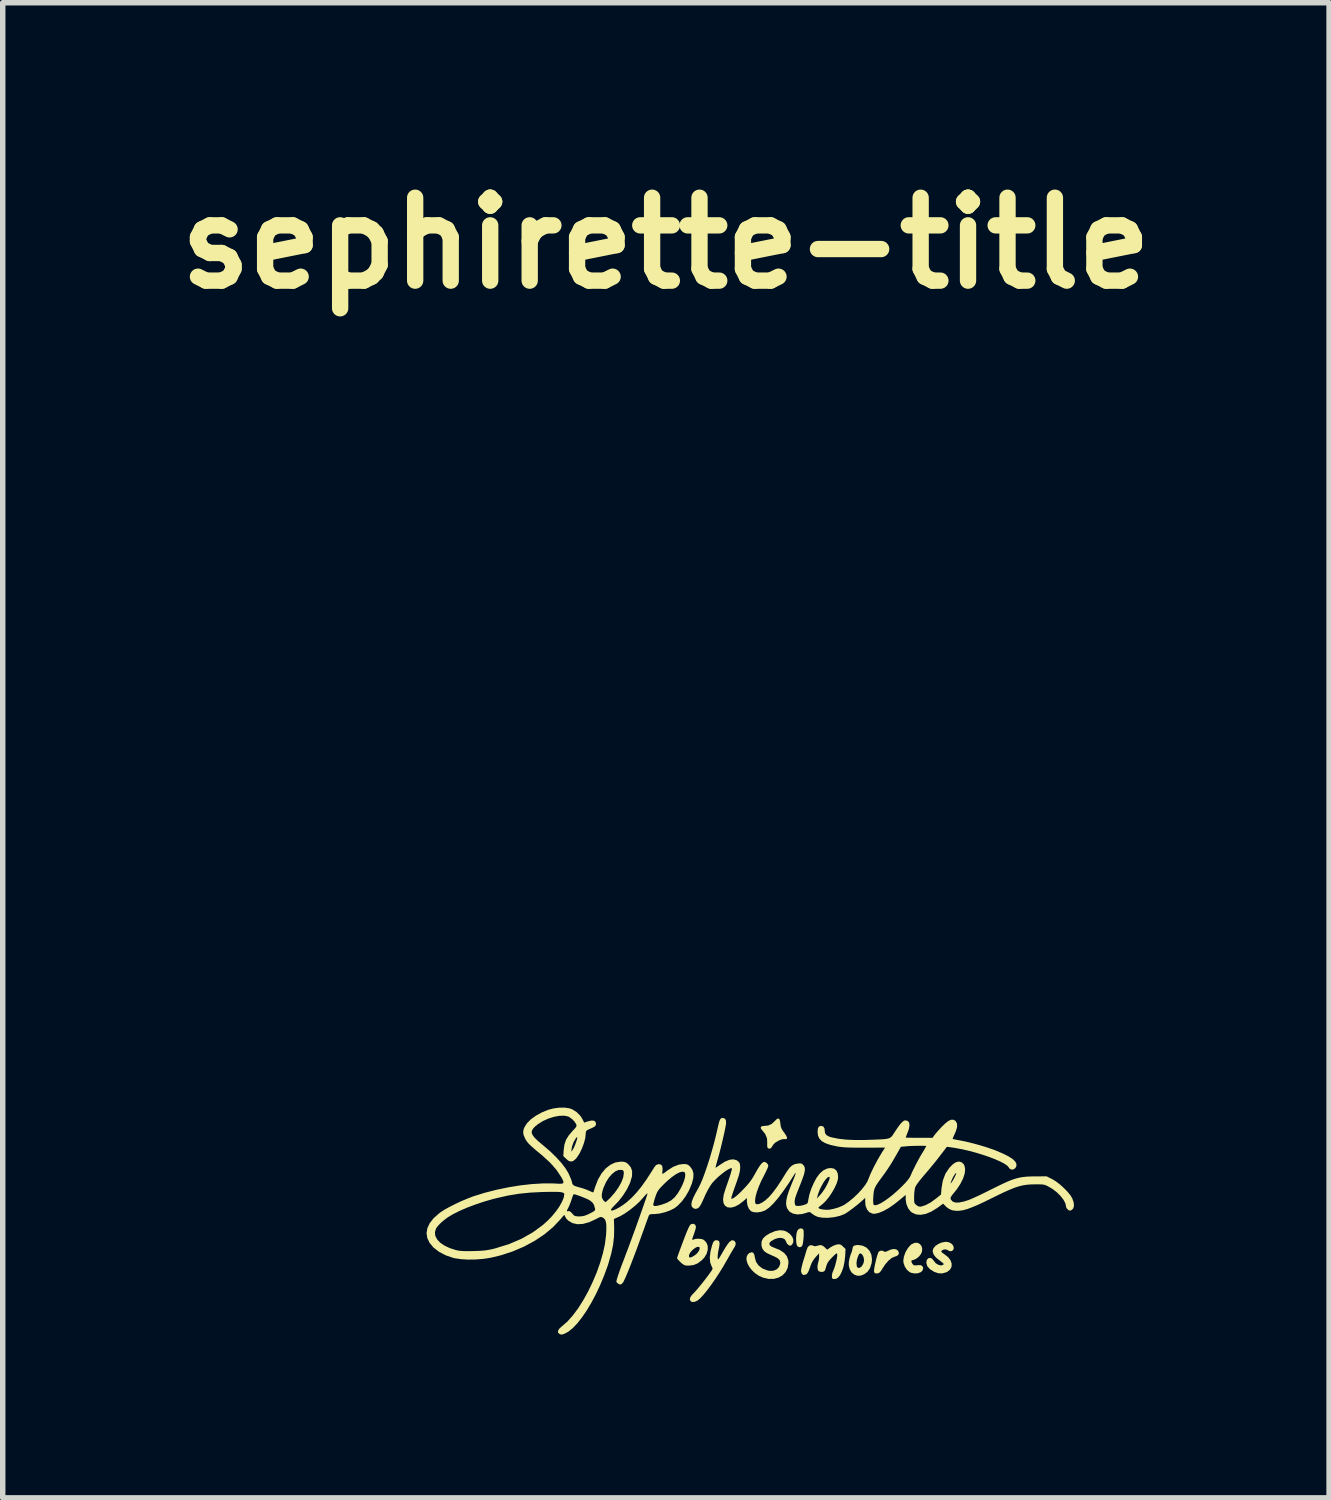
<source format=kicad_pcb>
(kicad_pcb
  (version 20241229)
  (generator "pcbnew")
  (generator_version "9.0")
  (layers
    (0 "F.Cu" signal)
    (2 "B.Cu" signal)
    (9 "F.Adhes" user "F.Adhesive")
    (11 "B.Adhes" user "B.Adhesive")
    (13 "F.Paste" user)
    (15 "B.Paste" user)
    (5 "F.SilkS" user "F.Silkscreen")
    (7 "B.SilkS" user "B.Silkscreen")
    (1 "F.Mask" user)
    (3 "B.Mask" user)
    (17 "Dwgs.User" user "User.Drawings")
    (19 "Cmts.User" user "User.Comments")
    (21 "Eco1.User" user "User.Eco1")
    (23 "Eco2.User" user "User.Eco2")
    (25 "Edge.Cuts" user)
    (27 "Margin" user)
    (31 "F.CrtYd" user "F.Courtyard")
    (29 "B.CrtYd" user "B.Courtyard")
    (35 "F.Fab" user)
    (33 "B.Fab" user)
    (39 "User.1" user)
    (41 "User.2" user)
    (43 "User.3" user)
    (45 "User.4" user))
  (footprint "sephirette-title"
    (layer "F.Cu")
    (at 9.188 1.418)
    (property "Reference" "sephirette-title" (at 0 0 0) (layer "F.SilkS") (effects (font (size 1.524 1.524) (thickness 0.3))))
    (attr board_only exclude_from_pos_files exclude_from_bom)
    (fp_poly (pts (xy 2.514 18.117) (xy 2.522 18.125) (xy 2.53 18.15) (xy 2.532 18.196) (xy 2.531 18.253) (xy 2.526 18.314) (xy 2.519 18.371) (xy 2.509 18.414) (xy 2.499 18.435) (xy 2.464 18.454) (xy 2.429 18.444) (xy 2.416 18.433) (xy 2.402 18.404) (xy 2.394 18.355) (xy 2.392 18.296) (xy 2.395 18.235) (xy 2.404 18.181) (xy 2.415 18.148) (xy 2.444 18.116) (xy 2.479 18.105)) (stroke (width 0) (type solid)) (fill yes) (layer "F.SilkS"))
    (fp_poly (pts (xy 4.248 18.5) (xy 4.268 18.52) (xy 4.282 18.561) (xy 4.269 18.595) (xy 4.231 18.618) (xy 4.209 18.624) (xy 4.153 18.648) (xy 4.093 18.696) (xy 4.033 18.764) (xy 3.985 18.835) (xy 3.954 18.885) (xy 3.93 18.914) (xy 3.907 18.929) (xy 3.883 18.934) (xy 3.847 18.933) (xy 3.829 18.916) (xy 3.825 18.907) (xy 3.824 18.881) (xy 3.83 18.834) (xy 3.841 18.774) (xy 3.856 18.708) (xy 3.872 18.643) (xy 3.889 18.587) (xy 3.904 18.547) (xy 3.912 18.533) (xy 3.942 18.517) (xy 3.98 18.517) (xy 4.009 18.531) (xy 4.027 18.539) (xy 4.055 18.531) (xy 4.083 18.517) (xy 4.146 18.491) (xy 4.203 18.485)) (stroke (width 0) (type solid)) (fill yes) (layer "F.SilkS"))
    (fp_poly (pts (xy 2.087 16.102) (xy 2.099 16.146) (xy 2.104 16.186) (xy 2.111 16.236) (xy 2.127 16.278) (xy 2.156 16.324) (xy 2.173 16.346) (xy 2.21 16.401) (xy 2.226 16.44) (xy 2.221 16.463) (xy 2.195 16.468) (xy 2.181 16.465) (xy 2.136 16.468) (xy 2.074 16.492) (xy 2.017 16.525) (xy 1.978 16.56) (xy 1.95 16.603) (xy 1.948 16.608) (xy 1.923 16.637) (xy 1.893 16.642) (xy 1.87 16.628) (xy 1.861 16.598) (xy 1.861 16.548) (xy 1.862 16.535) (xy 1.858 16.452) (xy 1.825 16.373) (xy 1.772 16.307) (xy 1.744 16.27) (xy 1.743 16.243) (xy 1.769 16.227) (xy 1.808 16.223) (xy 1.88 16.216) (xy 1.94 16.189) (xy 1.996 16.139) (xy 2.001 16.133) (xy 2.039 16.096) (xy 2.067 16.086)) (stroke (width 0) (type solid)) (fill yes) (layer "F.SilkS"))
    (fp_poly (pts (xy 4.625 18.372) (xy 4.667 18.394) (xy 4.697 18.432) (xy 4.71 18.481) (xy 4.704 18.538) (xy 4.683 18.583) (xy 4.649 18.625) (xy 4.604 18.661) (xy 4.559 18.684) (xy 4.534 18.689) (xy 4.512 18.698) (xy 4.512 18.724) (xy 4.531 18.759) (xy 4.55 18.78) (xy 4.574 18.787) (xy 4.613 18.784) (xy 4.619 18.783) (xy 4.677 18.781) (xy 4.712 18.798) (xy 4.727 18.833) (xy 4.727 18.843) (xy 4.714 18.883) (xy 4.68 18.913) (xy 4.63 18.931) (xy 4.572 18.935) (xy 4.512 18.924) (xy 4.479 18.91) (xy 4.431 18.87) (xy 4.392 18.812) (xy 4.368 18.747) (xy 4.362 18.703) (xy 4.373 18.626) (xy 4.402 18.545) (xy 4.445 18.471) (xy 4.496 18.412) (xy 4.518 18.395) (xy 4.574 18.371)) (stroke (width 0) (type solid)) (fill yes) (layer "F.SilkS"))
    (fp_poly (pts (xy 3.618 18.425) (xy 3.688 18.461) (xy 3.741 18.517) (xy 3.775 18.589) (xy 3.787 18.674) (xy 3.78 18.746) (xy 3.751 18.837) (xy 3.704 18.905) (xy 3.639 18.952) (xy 3.639 18.952) (xy 3.575 18.975) (xy 3.519 18.977) (xy 3.462 18.957) (xy 3.412 18.917) (xy 3.377 18.856) (xy 3.36 18.782) (xy 3.361 18.748) (xy 3.502 18.748) (xy 3.508 18.804) (xy 3.51 18.812) (xy 3.53 18.832) (xy 3.561 18.831) (xy 3.593 18.809) (xy 3.594 18.808) (xy 3.616 18.775) (xy 3.634 18.736) (xy 3.641 18.685) (xy 3.631 18.632) (xy 3.608 18.589) (xy 3.587 18.571) (xy 3.569 18.565) (xy 3.554 18.575) (xy 3.536 18.606) (xy 3.531 18.619) (xy 3.51 18.683) (xy 3.502 18.748) (xy 3.361 18.748) (xy 3.361 18.722) (xy 3.373 18.661) (xy 3.39 18.6) (xy 3.4 18.575) (xy 3.417 18.53) (xy 3.427 18.49) (xy 3.428 18.478) (xy 3.437 18.442) (xy 3.465 18.421) (xy 3.516 18.412) (xy 3.534 18.412)) (stroke (width 0) (type solid)) (fill yes) (layer "F.SilkS"))
    (fp_poly (pts (xy 5.204 18.363) (xy 5.25 18.389) (xy 5.28 18.425) (xy 5.29 18.467) (xy 5.282 18.499) (xy 5.254 18.523) (xy 5.217 18.526) (xy 5.179 18.506) (xy 5.178 18.506) (xy 5.144 18.492) (xy 5.102 18.496) (xy 5.066 18.517) (xy 5.063 18.52) (xy 5.061 18.535) (xy 5.079 18.555) (xy 5.12 18.584) (xy 5.121 18.584) (xy 5.187 18.636) (xy 5.23 18.694) (xy 5.251 18.754) (xy 5.249 18.811) (xy 5.223 18.862) (xy 5.173 18.903) (xy 5.149 18.914) (xy 5.076 18.934) (xy 5.006 18.931) (xy 4.931 18.905) (xy 4.92 18.899) (xy 4.848 18.853) (xy 4.803 18.801) (xy 4.786 18.742) (xy 4.785 18.735) (xy 4.795 18.685) (xy 4.821 18.656) (xy 4.855 18.648) (xy 4.892 18.664) (xy 4.924 18.704) (xy 4.925 18.705) (xy 4.958 18.746) (xy 5.004 18.775) (xy 5.052 18.787) (xy 5.071 18.785) (xy 5.098 18.773) (xy 5.106 18.762) (xy 5.095 18.748) (xy 5.066 18.723) (xy 5.027 18.694) (xy 4.961 18.64) (xy 4.921 18.589) (xy 4.903 18.536) (xy 4.902 18.517) (xy 4.916 18.472) (xy 4.952 18.429) (xy 5.005 18.393) (xy 5.068 18.366) (xy 5.135 18.354) (xy 5.148 18.353)) (stroke (width 0) (type solid)) (fill yes) (layer "F.SilkS"))
    (fp_poly (pts (xy 0.537 18.039) (xy 0.551 18.072) (xy 0.549 18.099) (xy 0.537 18.145) (xy 0.519 18.197) (xy 0.519 18.2) (xy 0.497 18.26) (xy 0.485 18.297) (xy 0.484 18.315) (xy 0.494 18.317) (xy 0.51 18.31) (xy 0.553 18.298) (xy 0.608 18.296) (xy 0.661 18.303) (xy 0.697 18.318) (xy 0.744 18.367) (xy 0.768 18.428) (xy 0.769 18.497) (xy 0.749 18.57) (xy 0.707 18.641) (xy 0.659 18.692) (xy 0.582 18.75) (xy 0.502 18.781) (xy 0.414 18.791) (xy 0.368 18.789) (xy 0.335 18.78) (xy 0.303 18.759) (xy 0.27 18.73) (xy 0.235 18.695) (xy 0.212 18.668) (xy 0.204 18.654) (xy 0.209 18.637) (xy 0.218 18.61) (xy 0.423 18.61) (xy 0.427 18.635) (xy 0.443 18.643) (xy 0.474 18.633) (xy 0.518 18.609) (xy 0.561 18.577) (xy 0.595 18.537) (xy 0.616 18.498) (xy 0.621 18.465) (xy 0.614 18.451) (xy 0.589 18.444) (xy 0.553 18.456) (xy 0.513 18.483) (xy 0.474 18.518) (xy 0.443 18.557) (xy 0.425 18.595) (xy 0.423 18.61) (xy 0.218 18.61) (xy 0.223 18.596) (xy 0.244 18.537) (xy 0.272 18.462) (xy 0.303 18.378) (xy 0.317 18.341) (xy 0.356 18.239) (xy 0.387 18.161) (xy 0.412 18.104) (xy 0.431 18.066) (xy 0.447 18.042) (xy 0.461 18.029) (xy 0.464 18.028) (xy 0.505 18.021)) (stroke (width 0) (type solid)) (fill yes) (layer "F.SilkS"))
    (fp_poly (pts (xy 1.259 18.336) (xy 1.279 18.365) (xy 1.281 18.405) (xy 1.262 18.45) (xy 1.257 18.457) (xy 1.241 18.482) (xy 1.214 18.527) (xy 1.179 18.586) (xy 1.14 18.656) (xy 1.117 18.696) (xy 1.051 18.811) (xy 0.979 18.927) (xy 0.905 19.039) (xy 0.832 19.144) (xy 0.762 19.238) (xy 0.696 19.319) (xy 0.639 19.382) (xy 0.592 19.424) (xy 0.579 19.434) (xy 0.524 19.458) (xy 0.479 19.459) (xy 0.455 19.445) (xy 0.439 19.414) (xy 0.446 19.376) (xy 0.479 19.328) (xy 0.512 19.294) (xy 0.553 19.25) (xy 0.606 19.188) (xy 0.666 19.114) (xy 0.729 19.034) (xy 0.788 18.955) (xy 0.831 18.895) (xy 0.852 18.863) (xy 0.857 18.84) (xy 0.847 18.816) (xy 0.84 18.804) (xy 0.813 18.731) (xy 0.806 18.64) (xy 0.819 18.532) (xy 0.83 18.486) (xy 0.849 18.414) (xy 0.866 18.367) (xy 0.884 18.34) (xy 0.905 18.327) (xy 0.926 18.324) (xy 0.961 18.33) (xy 0.98 18.349) (xy 0.986 18.386) (xy 0.979 18.444) (xy 0.971 18.482) (xy 0.959 18.543) (xy 0.952 18.6) (xy 0.95 18.642) (xy 0.951 18.645) (xy 0.953 18.666) (xy 0.958 18.674) (xy 0.968 18.668) (xy 0.984 18.644) (xy 1.011 18.599) (xy 1.039 18.55) (xy 1.092 18.46) (xy 1.136 18.394) (xy 1.172 18.351) (xy 1.202 18.329) (xy 1.222 18.324)) (stroke (width 0) (type solid)) (fill yes) (layer "F.SilkS"))
    (fp_poly (pts (xy 2.166 18.147) (xy 2.217 18.166) (xy 2.277 18.208) (xy 2.32 18.258) (xy 2.341 18.311) (xy 2.34 18.363) (xy 2.322 18.398) (xy 2.299 18.421) (xy 2.276 18.423) (xy 2.257 18.416) (xy 2.223 18.385) (xy 2.21 18.354) (xy 2.188 18.311) (xy 2.146 18.286) (xy 2.09 18.28) (xy 2.022 18.295) (xy 1.991 18.308) (xy 1.933 18.341) (xy 1.903 18.374) (xy 1.902 18.406) (xy 1.93 18.435) (xy 1.986 18.461) (xy 1.988 18.461) (xy 2.093 18.504) (xy 2.171 18.556) (xy 2.222 18.617) (xy 2.248 18.69) (xy 2.252 18.74) (xy 2.238 18.831) (xy 2.201 18.907) (xy 2.144 18.968) (xy 2.07 19.011) (xy 1.984 19.034) (xy 1.888 19.035) (xy 1.785 19.012) (xy 1.783 19.011) (xy 1.705 18.976) (xy 1.635 18.927) (xy 1.576 18.87) (xy 1.529 18.808) (xy 1.496 18.744) (xy 1.48 18.682) (xy 1.483 18.627) (xy 1.506 18.582) (xy 1.536 18.558) (xy 1.577 18.544) (xy 1.607 18.556) (xy 1.626 18.595) (xy 1.634 18.641) (xy 1.656 18.721) (xy 1.703 18.789) (xy 1.772 18.842) (xy 1.859 18.877) (xy 1.905 18.887) (xy 1.973 18.885) (xy 2.031 18.862) (xy 2.075 18.821) (xy 2.098 18.766) (xy 2.101 18.739) (xy 2.096 18.706) (xy 2.08 18.678) (xy 2.047 18.651) (xy 1.993 18.623) (xy 1.933 18.597) (xy 1.857 18.561) (xy 1.806 18.525) (xy 1.774 18.483) (xy 1.758 18.431) (xy 1.755 18.41) (xy 1.758 18.346) (xy 1.785 18.29) (xy 1.837 18.241) (xy 1.911 18.196) (xy 2.008 18.156) (xy 2.091 18.14)) (stroke (width 0) (type solid)) (fill yes) (layer "F.SilkS"))
    (fp_poly (pts (xy 3.219 18.409) (xy 3.25 18.436) (xy 3.254 18.44) (xy 3.301 18.486) (xy 3.294 18.613) (xy 3.282 18.719) (xy 3.262 18.816) (xy 3.233 18.9) (xy 3.199 18.967) (xy 3.161 19.013) (xy 3.12 19.035) (xy 3.114 19.036) (xy 3.079 19.036) (xy 3.06 19.03) (xy 3.05 19.004) (xy 3.051 18.962) (xy 3.061 18.917) (xy 3.071 18.894) (xy 3.089 18.85) (xy 3.109 18.791) (xy 3.126 18.726) (xy 3.14 18.664) (xy 3.148 18.614) (xy 3.148 18.59) (xy 3.145 18.572) (xy 3.138 18.565) (xy 3.124 18.573) (xy 3.097 18.596) (xy 3.055 18.638) (xy 3.055 18.638) (xy 3.006 18.691) (xy 2.974 18.734) (xy 2.955 18.776) (xy 2.948 18.799) (xy 2.935 18.844) (xy 2.921 18.879) (xy 2.915 18.889) (xy 2.886 18.905) (xy 2.847 18.906) (xy 2.811 18.895) (xy 2.801 18.886) (xy 2.787 18.851) (xy 2.785 18.8) (xy 2.794 18.746) (xy 2.8 18.728) (xy 2.81 18.686) (xy 2.815 18.635) (xy 2.815 18.626) (xy 2.815 18.565) (xy 2.751 18.634) (xy 2.708 18.689) (xy 2.674 18.751) (xy 2.648 18.821) (xy 2.625 18.885) (xy 2.604 18.925) (xy 2.584 18.948) (xy 2.572 18.955) (xy 2.53 18.963) (xy 2.5 18.945) (xy 2.484 18.902) (xy 2.483 18.895) (xy 2.485 18.86) (xy 2.496 18.808) (xy 2.512 18.745) (xy 2.521 18.714) (xy 2.543 18.646) (xy 2.563 18.579) (xy 2.579 18.525) (xy 2.583 18.509) (xy 2.606 18.451) (xy 2.639 18.42) (xy 2.679 18.415) (xy 2.703 18.425) (xy 2.742 18.435) (xy 2.777 18.427) (xy 2.832 18.413) (xy 2.875 18.421) (xy 2.918 18.453) (xy 2.919 18.455) (xy 2.963 18.498) (xy 3.025 18.454) (xy 3.075 18.426) (xy 3.128 18.406) (xy 3.148 18.402) (xy 3.189 18.399)) (stroke (width 0) (type solid)) (fill yes) (layer "F.SilkS"))
    (fp_poly (pts (xy -1.781 15.898) (xy -1.728 15.915) (xy -1.639 15.97) (xy -1.568 16.043) (xy -1.535 16.097) (xy -1.502 16.163) (xy -1.442 16.142) (xy -1.374 16.125) (xy -1.324 16.127) (xy -1.294 16.148) (xy -1.285 16.187) (xy -1.286 16.196) (xy -1.292 16.215) (xy -1.306 16.232) (xy -1.334 16.249) (xy -1.381 16.271) (xy -1.419 16.287) (xy -1.454 16.305) (xy -1.47 16.326) (xy -1.474 16.362) (xy -1.474 16.366) (xy -1.482 16.447) (xy -1.507 16.54) (xy -1.543 16.637) (xy -1.586 16.727) (xy -1.635 16.802) (xy -1.654 16.826) (xy -1.701 16.867) (xy -1.746 16.879) (xy -1.791 16.864) (xy -1.834 16.828) (xy -1.886 16.777) (xy -1.881 16.697) (xy -1.739 16.697) (xy -1.714 16.663) (xy -1.696 16.631) (xy -1.674 16.583) (xy -1.655 16.532) (xy -1.635 16.472) (xy -1.628 16.437) (xy -1.634 16.428) (xy -1.652 16.446) (xy -1.656 16.451) (xy -1.699 16.525) (xy -1.727 16.608) (xy -1.732 16.638) (xy -1.739 16.697) (xy -1.881 16.697) (xy -1.879 16.664) (xy -1.865 16.565) (xy -1.836 16.479) (xy -1.787 16.399) (xy -1.718 16.318) (xy -1.677 16.275) (xy -1.653 16.245) (xy -1.643 16.224) (xy -1.645 16.205) (xy -1.649 16.193) (xy -1.678 16.146) (xy -1.723 16.099) (xy -1.774 16.062) (xy -1.799 16.049) (xy -1.872 16.035) (xy -1.96 16.038) (xy -2.058 16.056) (xy -2.159 16.088) (xy -2.257 16.132) (xy -2.345 16.186) (xy -2.406 16.235) (xy -2.443 16.275) (xy -2.463 16.312) (xy -2.467 16.349) (xy -2.451 16.39) (xy -2.416 16.437) (xy -2.359 16.493) (xy -2.28 16.561) (xy -2.247 16.588) (xy -2.126 16.692) (xy -2.017 16.798) (xy -1.923 16.902) (xy -1.847 17.001) (xy -1.794 17.088) (xy -1.767 17.147) (xy -1.744 17.202) (xy -1.73 17.244) (xy -1.728 17.252) (xy -1.72 17.285) (xy -1.706 17.307) (xy -1.681 17.324) (xy -1.638 17.339) (xy -1.589 17.353) (xy -1.523 17.372) (xy -1.456 17.396) (xy -1.415 17.414) (xy -1.373 17.432) (xy -1.344 17.444) (xy -1.335 17.445) (xy -1.329 17.431) (xy -1.317 17.395) (xy -1.302 17.347) (xy -1.299 17.339) (xy -1.248 17.208) (xy -1.183 17.096) (xy -1.107 17.005) (xy -1.022 16.938) (xy -0.93 16.895) (xy -0.833 16.88) (xy -0.829 16.88) (xy -0.777 16.882) (xy -0.741 16.892) (xy -0.708 16.913) (xy -0.694 16.925) (xy -0.645 16.984) (xy -0.621 17.055) (xy -0.623 17.14) (xy -0.627 17.163) (xy -0.66 17.271) (xy -0.715 17.385) (xy -0.787 17.5) (xy -0.872 17.609) (xy -0.949 17.688) (xy -0.99 17.731) (xy -1.009 17.76) (xy -1.008 17.776) (xy -0.99 17.779) (xy -0.957 17.77) (xy -0.913 17.751) (xy -0.86 17.722) (xy -0.8 17.684) (xy -0.736 17.637) (xy -0.711 17.617) (xy -0.625 17.539) (xy -0.539 17.447) (xy -0.451 17.339) (xy -0.359 17.21) (xy -0.261 17.059) (xy -0.211 16.979) (xy -0.18 16.942) (xy -0.142 16.927) (xy -0.136 16.926) (xy -0.093 16.933) (xy -0.068 16.962) (xy -0.061 17.015) (xy -0.064 17.051) (xy -0.068 17.084) (xy -0.066 17.101) (xy -0.055 17.102) (xy -0.029 17.086) (xy 0.015 17.053) (xy 0.029 17.042) (xy 0.133 16.975) (xy 0.233 16.936) (xy 0.319 16.924) (xy 0.368 16.926) (xy 0.402 16.936) (xy 0.433 16.96) (xy 0.445 16.972) (xy 0.486 17.029) (xy 0.506 17.099) (xy 0.503 17.181) (xy 0.478 17.279) (xy 0.431 17.393) (xy 0.419 17.418) (xy 0.361 17.518) (xy 0.293 17.61) (xy 0.22 17.686) (xy 0.158 17.735) (xy 0.079 17.775) (xy -0.015 17.809) (xy -0.113 17.833) (xy -0.2 17.843) (xy -0.209 17.843) (xy -0.263 17.844) (xy -0.294 17.85) (xy -0.31 17.862) (xy -0.313 17.868) (xy -0.321 17.889) (xy -0.337 17.933) (xy -0.36 17.996) (xy -0.387 18.072) (xy -0.417 18.156) (xy -0.423 18.171) (xy -0.486 18.346) (xy -0.545 18.508) (xy -0.601 18.655) (xy -0.651 18.785) (xy -0.695 18.896) (xy -0.733 18.986) (xy -0.764 19.054) (xy -0.786 19.097) (xy -0.796 19.111) (xy -0.823 19.134) (xy -0.847 19.137) (xy -0.866 19.13) (xy -0.896 19.108) (xy -0.911 19.087) (xy -0.908 19.065) (xy -0.895 19.019) (xy -0.873 18.951) (xy -0.843 18.864) (xy -0.805 18.762) (xy -0.782 18.703) (xy -0.742 18.596) (xy -0.698 18.481) (xy -0.653 18.359) (xy -0.607 18.233) (xy -0.561 18.108) (xy -0.517 17.985) (xy -0.475 17.868) (xy -0.437 17.76) (xy -0.406 17.671) (xy -0.233 17.671) (xy -0.225 17.69) (xy -0.197 17.696) (xy -0.148 17.689) (xy -0.075 17.669) (xy -0.071 17.668) (xy 0.02 17.634) (xy 0.096 17.592) (xy 0.159 17.537) (xy 0.216 17.465) (xy 0.272 17.37) (xy 0.302 17.31) (xy 0.333 17.233) (xy 0.351 17.166) (xy 0.356 17.113) (xy 0.345 17.078) (xy 0.337 17.07) (xy 0.299 17.064) (xy 0.247 17.078) (xy 0.182 17.112) (xy 0.107 17.165) (xy 0.026 17.233) (xy -0.031 17.287) (xy -0.085 17.342) (xy -0.123 17.384) (xy -0.149 17.421) (xy -0.169 17.458) (xy -0.186 17.503) (xy -0.195 17.529) (xy -0.213 17.586) (xy -0.226 17.635) (xy -0.233 17.666) (xy -0.233 17.671) (xy -0.406 17.671) (xy -0.404 17.664) (xy -0.376 17.584) (xy -0.355 17.521) (xy -0.342 17.479) (xy -0.339 17.462) (xy -0.339 17.462) (xy -0.349 17.467) (xy -0.373 17.49) (xy -0.406 17.527) (xy -0.419 17.543) (xy -0.488 17.618) (xy -0.572 17.695) (xy -0.663 17.768) (xy -0.754 17.832) (xy -0.836 17.88) (xy -0.853 17.888) (xy -0.956 17.934) (xy -0.951 18.107) (xy -0.954 18.256) (xy -0.971 18.408) (xy -1.005 18.569) (xy -1.055 18.745) (xy -1.072 18.798) (xy -1.137 18.976) (xy -1.209 19.149) (xy -1.287 19.315) (xy -1.37 19.471) (xy -1.455 19.614) (xy -1.542 19.741) (xy -1.627 19.85) (xy -1.711 19.938) (xy -1.79 20.002) (xy -1.841 20.031) (xy -1.887 20.051) (xy -1.916 20.058) (xy -1.939 20.054) (xy -1.959 20.045) (xy -1.984 20.018) (xy -1.981 19.983) (xy -1.953 19.942) (xy -1.907 19.902) (xy -1.809 19.817) (xy -1.711 19.706) (xy -1.613 19.575) (xy -1.519 19.426) (xy -1.429 19.264) (xy -1.347 19.093) (xy -1.272 18.916) (xy -1.209 18.738) (xy -1.158 18.563) (xy -1.121 18.394) (xy -1.101 18.236) (xy -1.099 18.214) (xy -1.095 18.114) (xy -1.096 18.039) (xy -1.104 17.984) (xy -1.119 17.946) (xy -1.141 17.92) (xy -1.153 17.913) (xy -1.177 17.9) (xy -1.197 17.896) (xy -1.222 17.903) (xy -1.26 17.922) (xy -1.288 17.937) (xy -1.411 17.993) (xy -1.524 18.024) (xy -1.626 18.03) (xy -1.716 18.01) (xy -1.794 17.964) (xy -1.801 17.958) (xy -1.833 17.923) (xy -1.853 17.889) (xy -1.856 17.879) (xy -1.86 17.864) (xy -1.868 17.862) (xy -1.886 17.877) (xy -1.915 17.911) (xy -1.938 17.939) (xy -2.073 18.082) (xy -2.232 18.215) (xy -2.411 18.335) (xy -2.608 18.441) (xy -2.819 18.531) (xy -3.04 18.603) (xy -3.225 18.647) (xy -3.358 18.667) (xy -3.498 18.678) (xy -3.637 18.68) (xy -3.768 18.672) (xy -3.882 18.655) (xy -3.915 18.647) (xy -4.05 18.6) (xy -4.17 18.537) (xy -4.268 18.461) (xy -4.274 18.456) (xy -4.344 18.371) (xy -4.386 18.283) (xy -4.399 18.193) (xy -4.396 18.175) (xy -4.245 18.175) (xy -4.239 18.242) (xy -4.206 18.307) (xy -4.15 18.368) (xy -4.071 18.422) (xy -3.972 18.469) (xy -3.876 18.5) (xy -3.83 18.512) (xy -3.785 18.519) (xy -3.734 18.523) (xy -3.67 18.525) (xy -3.587 18.524) (xy -3.538 18.523) (xy -3.44 18.52) (xy -3.363 18.515) (xy -3.298 18.508) (xy -3.236 18.497) (xy -3.168 18.482) (xy -3.135 18.473) (xy -2.885 18.396) (xy -2.656 18.298) (xy -2.449 18.181) (xy -2.263 18.045) (xy -2.178 17.969) (xy -2.096 17.885) (xy -2.023 17.796) (xy -2.014 17.784) (xy -1.821 17.784) (xy -1.818 17.792) (xy -1.804 17.791) (xy -1.796 17.789) (xy -1.775 17.789) (xy -1.751 17.803) (xy -1.72 17.835) (xy -1.695 17.864) (xy -1.67 17.879) (xy -1.622 17.886) (xy -1.592 17.887) (xy -1.538 17.883) (xy -1.489 17.872) (xy -1.432 17.849) (xy -1.401 17.834) (xy -1.349 17.807) (xy -1.318 17.787) (xy -1.304 17.771) (xy -1.301 17.753) (xy -1.303 17.743) (xy -1.322 17.676) (xy -1.351 17.63) (xy -1.397 17.593) (xy -1.405 17.588) (xy -1.442 17.569) (xy -1.494 17.547) (xy -1.552 17.523) (xy -1.61 17.502) (xy -1.658 17.486) (xy -1.68 17.481) (xy -1.179 17.481) (xy -1.177 17.539) (xy -1.155 17.584) (xy -1.15 17.59) (xy -1.125 17.614) (xy -1.11 17.624) (xy -1.109 17.624) (xy -1.096 17.614) (xy -1.068 17.588) (xy -1.03 17.551) (xy -1.019 17.54) (xy -0.938 17.447) (xy -0.87 17.351) (xy -0.818 17.257) (xy -0.785 17.17) (xy -0.774 17.095) (xy -0.777 17.058) (xy -0.79 17.039) (xy -0.809 17.032) (xy -0.867 17.032) (xy -0.928 17.057) (xy -0.989 17.105) (xy -1.048 17.172) (xy -1.1 17.255) (xy -1.144 17.352) (xy -1.162 17.404) (xy -1.179 17.481) (xy -1.68 17.481) (xy -1.69 17.478) (xy -1.694 17.478) (xy -1.703 17.491) (xy -1.717 17.524) (xy -1.729 17.561) (xy -1.75 17.623) (xy -1.775 17.686) (xy -1.788 17.714) (xy -1.811 17.759) (xy -1.821 17.784) (xy -2.014 17.784) (xy -1.96 17.707) (xy -1.912 17.622) (xy -1.88 17.546) (xy -1.868 17.484) (xy -1.868 17.482) (xy -1.871 17.466) (xy -1.883 17.454) (xy -1.907 17.445) (xy -1.945 17.439) (xy -2.001 17.435) (xy -2.079 17.435) (xy -2.179 17.436) (xy -2.274 17.438) (xy -2.495 17.449) (xy -2.701 17.47) (xy -2.903 17.503) (xy -3.114 17.551) (xy -3.166 17.564) (xy -3.332 17.611) (xy -3.494 17.665) (xy -3.649 17.723) (xy -3.79 17.784) (xy -3.912 17.845) (xy -4.007 17.902) (xy -4.072 17.95) (xy -4.134 18.003) (xy -4.185 18.055) (xy -4.22 18.1) (xy -4.225 18.108) (xy -4.245 18.175) (xy -4.396 18.175) (xy -4.384 18.102) (xy -4.341 18.011) (xy -4.27 17.92) (xy -4.171 17.832) (xy -4.135 17.805) (xy -4.068 17.762) (xy -3.979 17.713) (xy -3.877 17.661) (xy -3.769 17.61) (xy -3.66 17.564) (xy -3.558 17.524) (xy -3.536 17.516) (xy -3.333 17.453) (xy -3.118 17.398) (xy -2.897 17.352) (xy -2.676 17.316) (xy -2.462 17.292) (xy -2.26 17.28) (xy -2.077 17.28) (xy -2.046 17.282) (xy -1.968 17.286) (xy -1.916 17.285) (xy -1.888 17.276) (xy -1.882 17.256) (xy -1.893 17.222) (xy -1.92 17.171) (xy -1.93 17.154) (xy -2.014 17.028) (xy -2.126 16.901) (xy -2.263 16.775) (xy -2.283 16.758) (xy -2.369 16.687) (xy -2.436 16.63) (xy -2.486 16.585) (xy -2.524 16.547) (xy -2.551 16.515) (xy -2.572 16.484) (xy -2.589 16.453) (xy -2.616 16.389) (xy -2.624 16.336) (xy -2.614 16.282) (xy -2.598 16.244) (xy -2.552 16.172) (xy -2.481 16.101) (xy -2.389 16.035) (xy -2.282 15.976) (xy -2.163 15.927) (xy -2.157 15.925) (xy -2.062 15.901) (xy -1.963 15.888) (xy -1.866 15.887)) (stroke (width 0) (type solid)) (fill yes) (layer "F.SilkS"))
    (fp_poly (pts (xy 1.081 16.087) (xy 1.102 16.118) (xy 1.105 16.171) (xy 1.104 16.188) (xy 1.093 16.249) (xy 1.077 16.331) (xy 1.055 16.428) (xy 1.031 16.532) (xy 1.005 16.638) (xy 0.979 16.738) (xy 0.958 16.814) (xy 0.939 16.881) (xy 0.924 16.936) (xy 0.914 16.975) (xy 0.91 16.992) (xy 0.91 16.992) (xy 0.923 16.986) (xy 0.952 16.967) (xy 0.986 16.943) (xy 1.081 16.882) (xy 1.164 16.847) (xy 1.235 16.837) (xy 1.294 16.852) (xy 1.323 16.871) (xy 1.347 16.895) (xy 1.359 16.922) (xy 1.364 16.961) (xy 1.364 16.992) (xy 1.362 17.032) (xy 1.354 17.077) (xy 1.34 17.132) (xy 1.317 17.203) (xy 1.285 17.295) (xy 1.278 17.314) (xy 1.25 17.392) (xy 1.227 17.46) (xy 1.21 17.514) (xy 1.201 17.548) (xy 1.2 17.56) (xy 1.221 17.56) (xy 1.257 17.54) (xy 1.307 17.5) (xy 1.369 17.443) (xy 1.401 17.41) (xy 1.47 17.338) (xy 1.522 17.278) (xy 1.565 17.222) (xy 1.603 17.163) (xy 1.643 17.093) (xy 1.661 17.06) (xy 1.695 17.002) (xy 1.728 16.951) (xy 1.757 16.915) (xy 1.768 16.904) (xy 1.797 16.886) (xy 1.818 16.885) (xy 1.845 16.9) (xy 1.872 16.927) (xy 1.882 16.955) (xy 1.875 16.98) (xy 1.857 17.024) (xy 1.83 17.08) (xy 1.801 17.138) (xy 1.749 17.24) (xy 1.706 17.34) (xy 1.672 17.434) (xy 1.649 17.516) (xy 1.638 17.584) (xy 1.64 17.633) (xy 1.646 17.651) (xy 1.671 17.664) (xy 1.712 17.658) (xy 1.764 17.634) (xy 1.823 17.594) (xy 1.894 17.53) (xy 1.967 17.445) (xy 2.046 17.338) (xy 2.132 17.207) (xy 2.16 17.161) (xy 2.212 17.077) (xy 2.254 17.016) (xy 2.291 16.973) (xy 2.327 16.945) (xy 2.366 16.927) (xy 2.411 16.917) (xy 2.425 16.915) (xy 2.469 16.911) (xy 2.497 16.918) (xy 2.521 16.939) (xy 2.522 16.939) (xy 2.54 16.963) (xy 2.551 16.99) (xy 2.554 17.023) (xy 2.549 17.066) (xy 2.535 17.122) (xy 2.51 17.194) (xy 2.475 17.286) (xy 2.429 17.401) (xy 2.423 17.416) (xy 2.393 17.495) (xy 2.374 17.554) (xy 2.366 17.6) (xy 2.366 17.628) (xy 2.371 17.667) (xy 2.382 17.686) (xy 2.406 17.693) (xy 2.419 17.694) (xy 2.462 17.692) (xy 2.515 17.682) (xy 2.537 17.675) (xy 2.579 17.66) (xy 2.601 17.644) (xy 2.611 17.618) (xy 2.616 17.583) (xy 2.621 17.558) (xy 2.773 17.558) (xy 2.835 17.491) (xy 2.876 17.44) (xy 2.919 17.378) (xy 2.945 17.333) (xy 2.983 17.257) (xy 3.005 17.201) (xy 3.01 17.168) (xy 2.999 17.157) (xy 2.971 17.17) (xy 2.936 17.205) (xy 2.899 17.257) (xy 2.862 17.322) (xy 2.827 17.392) (xy 2.8 17.464) (xy 2.789 17.5) (xy 2.773 17.558) (xy 2.621 17.558) (xy 2.635 17.488) (xy 2.669 17.383) (xy 2.714 17.278) (xy 2.765 17.182) (xy 2.82 17.106) (xy 2.821 17.104) (xy 2.891 17.041) (xy 2.967 17.005) (xy 3.033 16.997) (xy 3.091 17.009) (xy 3.133 17.044) (xy 3.158 17.098) (xy 3.164 17.169) (xy 3.159 17.211) (xy 3.137 17.282) (xy 3.099 17.365) (xy 3.048 17.453) (xy 2.991 17.537) (xy 2.931 17.609) (xy 2.875 17.663) (xy 2.867 17.669) (xy 2.831 17.697) (xy 2.807 17.719) (xy 2.801 17.728) (xy 2.814 17.741) (xy 2.849 17.753) (xy 2.897 17.761) (xy 2.95 17.765) (xy 3.001 17.763) (xy 3.002 17.763) (xy 3.083 17.747) (xy 3.166 17.723) (xy 3.24 17.693) (xy 3.278 17.673) (xy 3.361 17.615) (xy 3.446 17.545) (xy 3.527 17.468) (xy 3.599 17.39) (xy 3.659 17.314) (xy 3.701 17.247) (xy 3.714 17.217) (xy 3.76 17.103) (xy 3.821 16.976) (xy 3.892 16.843) (xy 3.969 16.712) (xy 4.005 16.656) (xy 4.027 16.622) (xy 3.651 16.623) (xy 3.524 16.623) (xy 3.422 16.622) (xy 3.34 16.62) (xy 3.272 16.616) (xy 3.214 16.61) (xy 3.162 16.603) (xy 3.137 16.598) (xy 3.02 16.572) (xy 2.929 16.54) (xy 2.863 16.502) (xy 2.819 16.455) (xy 2.794 16.399) (xy 2.787 16.332) (xy 2.792 16.273) (xy 2.809 16.238) (xy 2.839 16.224) (xy 2.852 16.223) (xy 2.891 16.234) (xy 2.913 16.267) (xy 2.918 16.312) (xy 2.925 16.358) (xy 2.951 16.393) (xy 2.998 16.419) (xy 3.051 16.435) (xy 3.171 16.459) (xy 3.308 16.475) (xy 3.465 16.482) (xy 3.647 16.482) (xy 3.706 16.48) (xy 3.826 16.476) (xy 3.92 16.472) (xy 3.993 16.468) (xy 4.048 16.462) (xy 4.088 16.454) (xy 4.118 16.441) (xy 4.142 16.424) (xy 4.162 16.4) (xy 4.183 16.369) (xy 4.205 16.335) (xy 4.261 16.251) (xy 4.307 16.19) (xy 4.344 16.15) (xy 4.374 16.128) (xy 4.399 16.121) (xy 4.444 16.132) (xy 4.47 16.164) (xy 4.476 16.216) (xy 4.463 16.286) (xy 4.442 16.343) (xy 4.424 16.389) (xy 4.411 16.423) (xy 4.406 16.437) (xy 4.42 16.439) (xy 4.458 16.44) (xy 4.516 16.441) (xy 4.589 16.442) (xy 4.653 16.442) (xy 4.9 16.442) (xy 4.933 16.395) (xy 4.958 16.363) (xy 4.997 16.318) (xy 5.043 16.268) (xy 5.062 16.247) (xy 5.133 16.178) (xy 5.191 16.132) (xy 5.24 16.11) (xy 5.281 16.109) (xy 5.317 16.128) (xy 5.325 16.136) (xy 5.35 16.181) (xy 5.351 16.243) (xy 5.328 16.322) (xy 5.309 16.365) (xy 5.288 16.411) (xy 5.273 16.446) (xy 5.269 16.463) (xy 5.269 16.463) (xy 5.285 16.467) (xy 5.323 16.475) (xy 5.377 16.485) (xy 5.42 16.493) (xy 5.523 16.514) (xy 5.644 16.544) (xy 5.771 16.579) (xy 5.896 16.617) (xy 6.007 16.655) (xy 6.06 16.675) (xy 6.19 16.73) (xy 6.292 16.781) (xy 6.368 16.829) (xy 6.416 16.874) (xy 6.44 16.917) (xy 6.44 16.918) (xy 6.441 16.962) (xy 6.422 16.997) (xy 6.392 17.02) (xy 6.356 17.027) (xy 6.322 17.014) (xy 6.3 16.986) (xy 6.272 16.953) (xy 6.219 16.917) (xy 6.145 16.878) (xy 6.052 16.837) (xy 5.946 16.796) (xy 5.829 16.756) (xy 5.706 16.718) (xy 5.579 16.684) (xy 5.452 16.654) (xy 5.329 16.631) (xy 5.255 16.619) (xy 5.163 16.607) (xy 5.033 16.777) (xy 4.973 16.855) (xy 4.901 16.943) (xy 4.827 17.033) (xy 4.759 17.113) (xy 4.753 17.119) (xy 4.699 17.183) (xy 4.651 17.243) (xy 4.613 17.295) (xy 4.589 17.333) (xy 4.583 17.345) (xy 4.573 17.385) (xy 4.565 17.443) (xy 4.561 17.507) (xy 4.561 17.519) (xy 4.561 17.579) (xy 4.563 17.618) (xy 4.57 17.643) (xy 4.585 17.662) (xy 4.601 17.677) (xy 4.637 17.702) (xy 4.672 17.707) (xy 4.696 17.704) (xy 4.775 17.678) (xy 4.865 17.63) (xy 4.961 17.56) (xy 4.968 17.555) (xy 5.055 17.484) (xy 5.065 17.368) (xy 5.079 17.281) (xy 5.231 17.281) (xy 5.239 17.275) (xy 5.246 17.266) (xy 5.266 17.237) (xy 5.291 17.193) (xy 5.305 17.167) (xy 5.324 17.126) (xy 5.335 17.098) (xy 5.335 17.089) (xy 5.323 17.094) (xy 5.303 17.12) (xy 5.28 17.158) (xy 5.257 17.205) (xy 5.247 17.23) (xy 5.234 17.267) (xy 5.231 17.281) (xy 5.079 17.281) (xy 5.089 17.227) (xy 5.136 17.102) (xy 5.208 16.994) (xy 5.268 16.932) (xy 5.326 16.892) (xy 5.382 16.878) (xy 5.432 16.89) (xy 5.471 16.925) (xy 5.486 16.953) (xy 5.499 17.02) (xy 5.49 17.101) (xy 5.46 17.192) (xy 5.411 17.289) (xy 5.345 17.389) (xy 5.307 17.436) (xy 5.266 17.486) (xy 5.242 17.52) (xy 5.231 17.543) (xy 5.231 17.562) (xy 5.236 17.575) (xy 5.267 17.612) (xy 5.317 17.631) (xy 5.387 17.631) (xy 5.479 17.612) (xy 5.565 17.584) (xy 5.608 17.567) (xy 5.672 17.538) (xy 5.751 17.502) (xy 5.84 17.459) (xy 5.934 17.412) (xy 5.982 17.388) (xy 6.112 17.324) (xy 6.221 17.272) (xy 6.314 17.231) (xy 6.396 17.201) (xy 6.472 17.179) (xy 6.545 17.165) (xy 6.622 17.156) (xy 6.706 17.152) (xy 6.777 17.151) (xy 6.996 17.15) (xy 7.098 17.201) (xy 7.166 17.242) (xy 7.241 17.299) (xy 7.314 17.365) (xy 7.381 17.434) (xy 7.435 17.5) (xy 7.467 17.554) (xy 7.493 17.628) (xy 7.499 17.691) (xy 7.485 17.74) (xy 7.462 17.764) (xy 7.434 17.779) (xy 7.411 17.777) (xy 7.389 17.764) (xy 7.359 17.73) (xy 7.353 17.703) (xy 7.34 17.645) (xy 7.306 17.58) (xy 7.252 17.511) (xy 7.185 17.444) (xy 7.107 17.384) (xy 7.046 17.347) (xy 7.005 17.325) (xy 6.973 17.311) (xy 6.94 17.302) (xy 6.901 17.298) (xy 6.847 17.297) (xy 6.777 17.297) (xy 6.698 17.299) (xy 6.626 17.305) (xy 6.556 17.317) (xy 6.484 17.334) (xy 6.406 17.36) (xy 6.319 17.395) (xy 6.217 17.44) (xy 6.098 17.497) (xy 5.989 17.551) (xy 5.844 17.622) (xy 5.721 17.679) (xy 5.617 17.722) (xy 5.529 17.754) (xy 5.453 17.774) (xy 5.387 17.783) (xy 5.327 17.783) (xy 5.27 17.775) (xy 5.249 17.769) (xy 5.204 17.749) (xy 5.158 17.716) (xy 5.144 17.703) (xy 5.095 17.652) (xy 4.983 17.733) (xy 4.875 17.799) (xy 4.773 17.841) (xy 4.679 17.857) (xy 4.594 17.849) (xy 4.521 17.815) (xy 4.495 17.794) (xy 4.45 17.735) (xy 4.419 17.658) (xy 4.406 17.574) (xy 4.406 17.568) (xy 4.406 17.491) (xy 4.307 17.574) (xy 4.198 17.661) (xy 4.094 17.733) (xy 3.997 17.787) (xy 3.911 17.822) (xy 3.838 17.838) (xy 3.795 17.836) (xy 3.738 17.809) (xy 3.696 17.76) (xy 3.669 17.692) (xy 3.662 17.622) (xy 3.662 17.592) (xy 3.808 17.592) (xy 3.81 17.64) (xy 3.815 17.669) (xy 3.818 17.673) (xy 3.844 17.682) (xy 3.888 17.672) (xy 3.948 17.644) (xy 4.016 17.603) (xy 4.092 17.549) (xy 4.173 17.485) (xy 4.253 17.415) (xy 4.328 17.344) (xy 4.395 17.276) (xy 4.448 17.214) (xy 4.484 17.163) (xy 4.494 17.142) (xy 4.519 17.084) (xy 4.555 17.009) (xy 4.598 16.923) (xy 4.645 16.835) (xy 4.692 16.752) (xy 4.711 16.721) (xy 4.743 16.668) (xy 4.767 16.626) (xy 4.782 16.599) (xy 4.785 16.593) (xy 4.772 16.59) (xy 4.735 16.589) (xy 4.683 16.588) (xy 4.62 16.589) (xy 4.553 16.59) (xy 4.489 16.593) (xy 4.434 16.596) (xy 4.417 16.598) (xy 4.318 16.607) (xy 4.243 16.74) (xy 4.184 16.842) (xy 4.132 16.929) (xy 4.079 17.01) (xy 4.021 17.094) (xy 3.952 17.188) (xy 3.901 17.259) (xy 3.865 17.313) (xy 3.842 17.357) (xy 3.828 17.397) (xy 3.822 17.42) (xy 3.815 17.474) (xy 3.81 17.535) (xy 3.808 17.592) (xy 3.662 17.592) (xy 3.662 17.545) (xy 3.615 17.589) (xy 3.56 17.638) (xy 3.495 17.691) (xy 3.428 17.743) (xy 3.364 17.79) (xy 3.311 17.826) (xy 3.282 17.843) (xy 3.195 17.877) (xy 3.092 17.9) (xy 2.985 17.912) (xy 2.882 17.911) (xy 2.794 17.896) (xy 2.788 17.894) (xy 2.739 17.872) (xy 2.694 17.844) (xy 2.685 17.836) (xy 2.655 17.812) (xy 2.631 17.806) (xy 2.603 17.814) (xy 2.503 17.843) (xy 2.413 17.85) (xy 2.336 17.835) (xy 2.274 17.801) (xy 2.232 17.747) (xy 2.216 17.706) (xy 2.208 17.652) (xy 2.213 17.587) (xy 2.23 17.509) (xy 2.261 17.414) (xy 2.307 17.298) (xy 2.312 17.286) (xy 2.347 17.201) (xy 2.371 17.139) (xy 2.383 17.099) (xy 2.384 17.084) (xy 2.374 17.094) (xy 2.359 17.116) (xy 2.253 17.283) (xy 2.152 17.428) (xy 2.06 17.551) (xy 1.975 17.649) (xy 1.899 17.723) (xy 1.833 17.77) (xy 1.816 17.779) (xy 1.747 17.803) (xy 1.675 17.813) (xy 1.61 17.808) (xy 1.563 17.79) (xy 1.525 17.747) (xy 1.499 17.686) (xy 1.488 17.614) (xy 1.488 17.609) (xy 1.488 17.548) (xy 1.421 17.607) (xy 1.34 17.669) (xy 1.263 17.708) (xy 1.193 17.725) (xy 1.132 17.719) (xy 1.086 17.69) (xy 1.058 17.642) (xy 1.05 17.575) (xy 1.062 17.487) (xy 1.095 17.378) (xy 1.096 17.376) (xy 1.141 17.248) (xy 1.175 17.148) (xy 1.198 17.073) (xy 1.211 17.024) (xy 1.212 17.001) (xy 1.211 16.999) (xy 1.184 17.003) (xy 1.142 17.024) (xy 1.088 17.058) (xy 1.029 17.103) (xy 0.968 17.154) (xy 0.91 17.209) (xy 0.86 17.262) (xy 0.846 17.279) (xy 0.811 17.33) (xy 0.771 17.398) (xy 0.735 17.469) (xy 0.722 17.496) (xy 0.684 17.582) (xy 0.655 17.644) (xy 0.631 17.687) (xy 0.611 17.716) (xy 0.591 17.733) (xy 0.574 17.742) (xy 0.534 17.748) (xy 0.501 17.733) (xy 0.476 17.707) (xy 0.467 17.668) (xy 0.475 17.615) (xy 0.501 17.546) (xy 0.544 17.459) (xy 0.597 17.365) (xy 0.631 17.297) (xy 0.671 17.205) (xy 0.713 17.093) (xy 0.757 16.965) (xy 0.802 16.826) (xy 0.845 16.68) (xy 0.886 16.532) (xy 0.923 16.384) (xy 0.941 16.304) (xy 0.961 16.219) (xy 0.976 16.157) (xy 0.99 16.117) (xy 1.004 16.093) (xy 1.019 16.081) (xy 1.038 16.077) (xy 1.042 16.077)) (stroke (width 0) (type solid)) (fill yes) (layer "F.SilkS")))
  (gr_rect
    (start -3 -3)
    (end 21.375 24.476)
    (stroke (width 0.1) (type default))
    (fill no)
    (layer "Edge.Cuts")))
</source>
